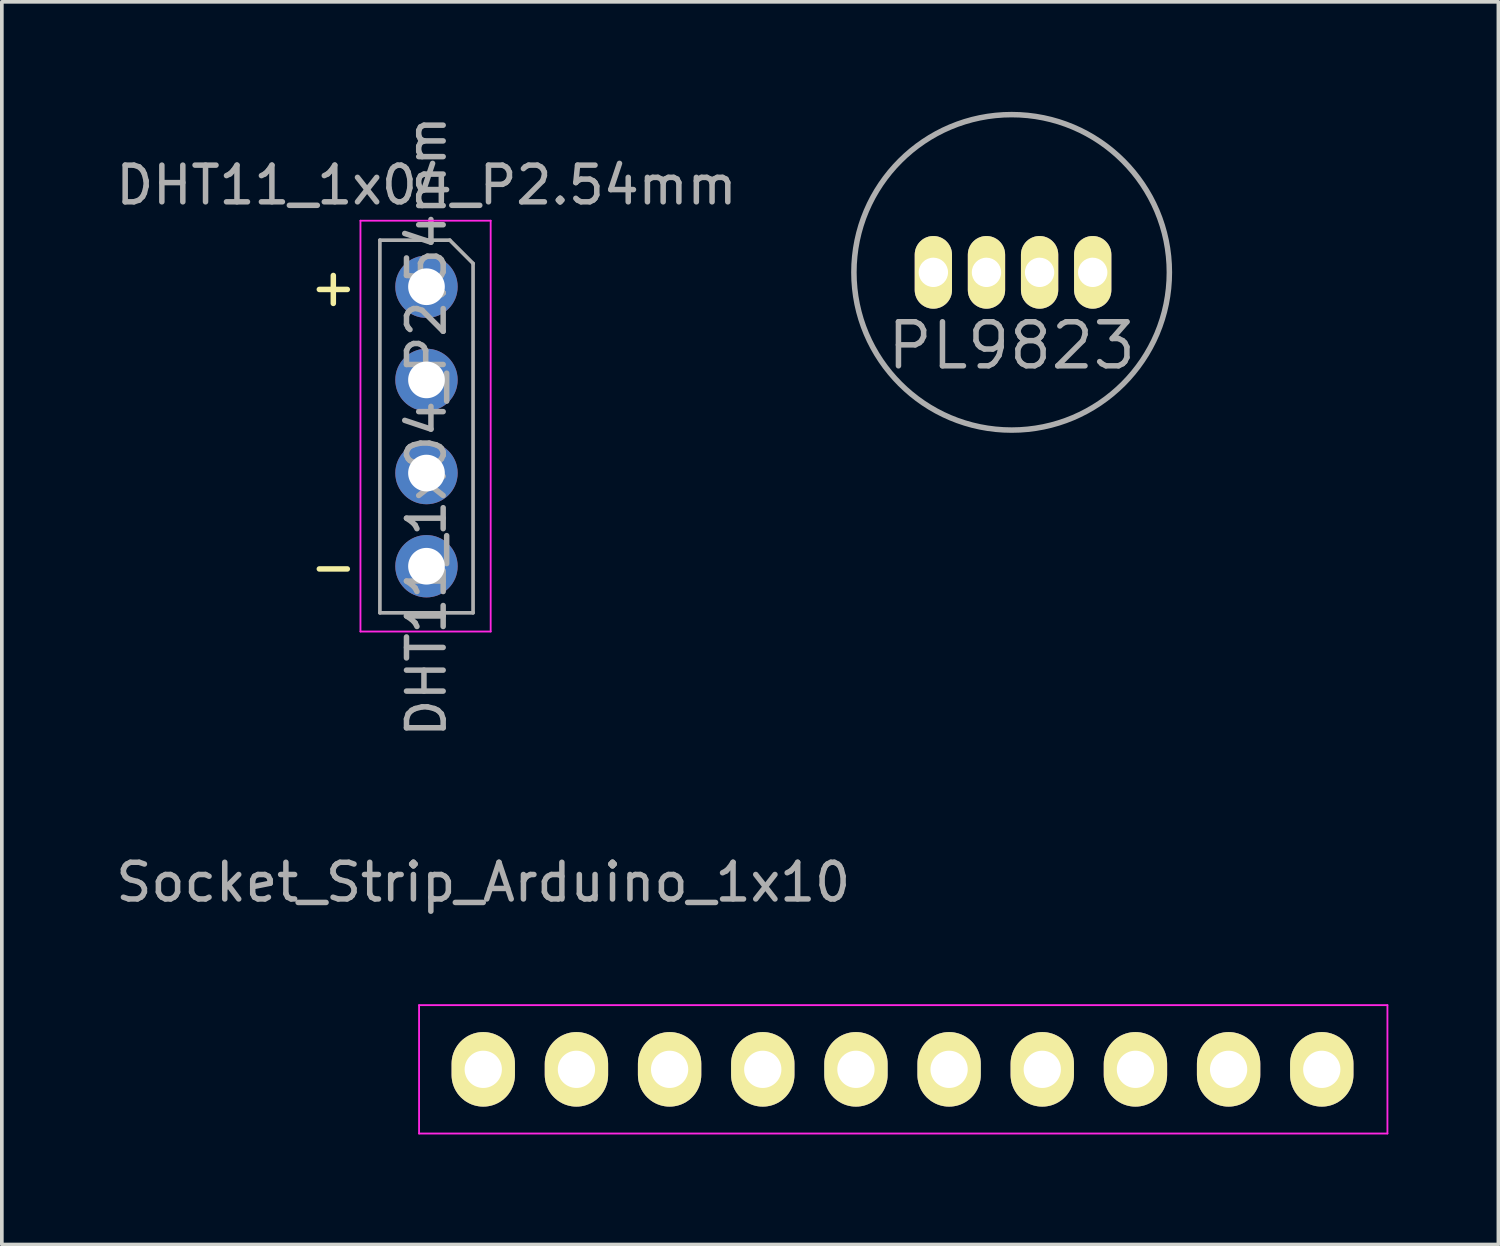
<source format=kicad_pcb>
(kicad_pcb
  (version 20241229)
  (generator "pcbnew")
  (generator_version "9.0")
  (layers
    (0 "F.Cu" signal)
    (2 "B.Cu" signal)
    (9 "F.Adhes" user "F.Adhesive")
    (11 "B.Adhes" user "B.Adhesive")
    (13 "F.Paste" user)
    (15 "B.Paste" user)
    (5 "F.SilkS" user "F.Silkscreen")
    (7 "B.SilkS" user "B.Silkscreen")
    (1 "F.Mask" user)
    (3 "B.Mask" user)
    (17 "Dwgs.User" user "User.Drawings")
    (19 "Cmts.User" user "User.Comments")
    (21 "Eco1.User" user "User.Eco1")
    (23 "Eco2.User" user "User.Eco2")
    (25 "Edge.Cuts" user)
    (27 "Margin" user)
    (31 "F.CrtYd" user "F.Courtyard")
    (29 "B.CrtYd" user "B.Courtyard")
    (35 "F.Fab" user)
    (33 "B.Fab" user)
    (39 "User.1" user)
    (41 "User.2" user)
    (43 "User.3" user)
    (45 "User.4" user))
  (footprint "DHT11_1x04_P2.54mm"
    (layer "F.Cu")
    (at 8.577 4.767)
    (property "Reference" "DHT11_1x04_P2.54mm" (at 0 -2.77 0) (layer "F.Fab") (effects (font (size 1 1) (thickness 0.15))))
    (attr through_hole)
    (fp_line (start -1.8 -1.8) (end 1.75 -1.8) (stroke (width 0.05) (type solid)) (layer "F.CrtYd"))
    (fp_line (start -1.8 9.4) (end -1.8 -1.8) (stroke (width 0.05) (type solid)) (layer "F.CrtYd"))
    (fp_line (start 1.75 -1.8) (end 1.75 9.4) (stroke (width 0.05) (type solid)) (layer "F.CrtYd"))
    (fp_line (start 1.75 9.4) (end -1.8 9.4) (stroke (width 0.05) (type solid)) (layer "F.CrtYd"))
    (fp_line (start -1.27 -1.27) (end 0.635 -1.27) (stroke (width 0.1) (type solid)) (layer "F.Fab"))
    (fp_line (start -1.27 8.89) (end -1.27 -1.27) (stroke (width 0.1) (type solid)) (layer "F.Fab"))
    (fp_line (start 0.635 -1.27) (end 1.27 -0.635) (stroke (width 0.1) (type solid)) (layer "F.Fab"))
    (fp_line (start 1.27 -0.635) (end 1.27 8.89) (stroke (width 0.1) (type solid)) (layer "F.Fab"))
    (fp_line (start 1.27 8.89) (end -1.27 8.89) (stroke (width 0.1) (type solid)) (layer "F.Fab"))
    (fp_text user "-" (at -2.54 7.62 0) (layer "F.SilkS") (effects (font (size 1 1) (thickness 0.15))))
    (fp_text user "+" (at -2.54 0 0) (layer "F.SilkS") (effects (font (size 1 1) (thickness 0.15))))
    (fp_text user "${REFERENCE}" (at 0 3.81 90) (layer "F.Fab") (effects (font (size 1 1) (thickness 0.15))))
    (pad "1" thru_hole circle (at 0 0) (size 1.7 1.7) (drill 1) (layers "*.Cu" "*.Mask"))
    (pad "2" thru_hole oval (at 0 2.54) (size 1.7 1.7) (drill 1) (layers "*.Cu" "*.Mask"))
    (pad "3" thru_hole oval (at 0 5.08) (size 1.7 1.7) (drill 1) (layers "*.Cu" "*.Mask"))
    (pad "4" thru_hole oval (at 0 7.62) (size 1.7 1.7) (drill 1) (layers "*.Cu" "*.Mask")))
  (footprint "Socket_Strip_Arduino_1x10"
    (layer "F.Cu")
    (at 10.125 26.103)
    (property "Reference" "Socket_Strip_Arduino_1x10" (at 0 -5.1 0) (layer "F.Fab") (effects (font (size 1 1) (thickness 0.15))))
    (attr through_hole)
    (fp_line (start -1.75 -1.75) (end -1.75 1.75) (stroke (width 0.05) (type solid)) (layer "F.CrtYd"))
    (fp_line (start -1.75 -1.75) (end 24.65 -1.75) (stroke (width 0.05) (type solid)) (layer "F.CrtYd"))
    (fp_line (start -1.75 1.75) (end 24.65 1.75) (stroke (width 0.05) (type solid)) (layer "F.CrtYd"))
    (fp_line (start 24.65 -1.75) (end 24.65 1.75) (stroke (width 0.05) (type solid)) (layer "F.CrtYd"))
    (pad "1" thru_hole oval (at 0 0) (size 1.727 2.032) (drill 1.016) (layers "*.Cu" "*.Mask" "F.SilkS"))
    (pad "2" thru_hole oval (at 2.54 0) (size 1.727 2.032) (drill 1.016) (layers "*.Cu" "*.Mask" "F.SilkS"))
    (pad "3" thru_hole oval (at 5.08 0) (size 1.727 2.032) (drill 1.016) (layers "*.Cu" "*.Mask" "F.SilkS"))
    (pad "4" thru_hole oval (at 7.62 0) (size 1.727 2.032) (drill 1.016) (layers "*.Cu" "*.Mask" "F.SilkS"))
    (pad "5" thru_hole oval (at 10.16 0) (size 1.727 2.032) (drill 1.016) (layers "*.Cu" "*.Mask" "F.SilkS"))
    (pad "6" thru_hole oval (at 12.7 0) (size 1.727 2.032) (drill 1.016) (layers "*.Cu" "*.Mask" "F.SilkS"))
    (pad "7" thru_hole oval (at 15.24 0) (size 1.727 2.032) (drill 1.016) (layers "*.Cu" "*.Mask" "F.SilkS"))
    (pad "8" thru_hole oval (at 17.78 0) (size 1.727 2.032) (drill 1.016) (layers "*.Cu" "*.Mask" "F.SilkS"))
    (pad "9" thru_hole oval (at 20.32 0) (size 1.727 2.032) (drill 1.016) (layers "*.Cu" "*.Mask" "F.SilkS"))
    (pad "10" thru_hole oval (at 22.86 0) (size 1.727 2.032) (drill 1.016) (layers "*.Cu" "*.Mask" "F.SilkS")))
  (footprint "PL9823"
    (layer "F.Cu")
    (at 24.53 4.375)
    (property "Reference" "PL9823" (at 0 2 0) (layer "F.Fab") (effects (font (size 1.2 1.2) (thickness 0.15))))
    (attr through_hole)
    (fp_circle (center 0 0) (end 4.3 0) (stroke (width 0.15) (type solid)) (fill no) (layer "F.Fab"))
    (pad "1" thru_hole oval (at -2.134 0) (size 1.016 1.981) (drill 0.8) (layers "*.Cu" "*.Mask" "F.SilkS"))
    (pad "2" thru_hole oval (at -0.686 0) (size 1.016 1.981) (drill 0.8) (layers "*.Cu" "*.Mask" "F.SilkS"))
    (pad "3" thru_hole oval (at 0.762 0) (size 1.016 1.981) (drill 0.8) (layers "*.Cu" "*.Mask" "F.SilkS"))
    (pad "4" thru_hole oval (at 2.21 0) (size 1.016 1.981) (drill 0.8) (layers "*.Cu" "*.Mask" "F.SilkS")))
  (gr_rect
    (start -3 -3)
    (end 37.8 30.878)
    (stroke (width 0.1) (type default))
    (fill no)
    (layer "Edge.Cuts")))
</source>
